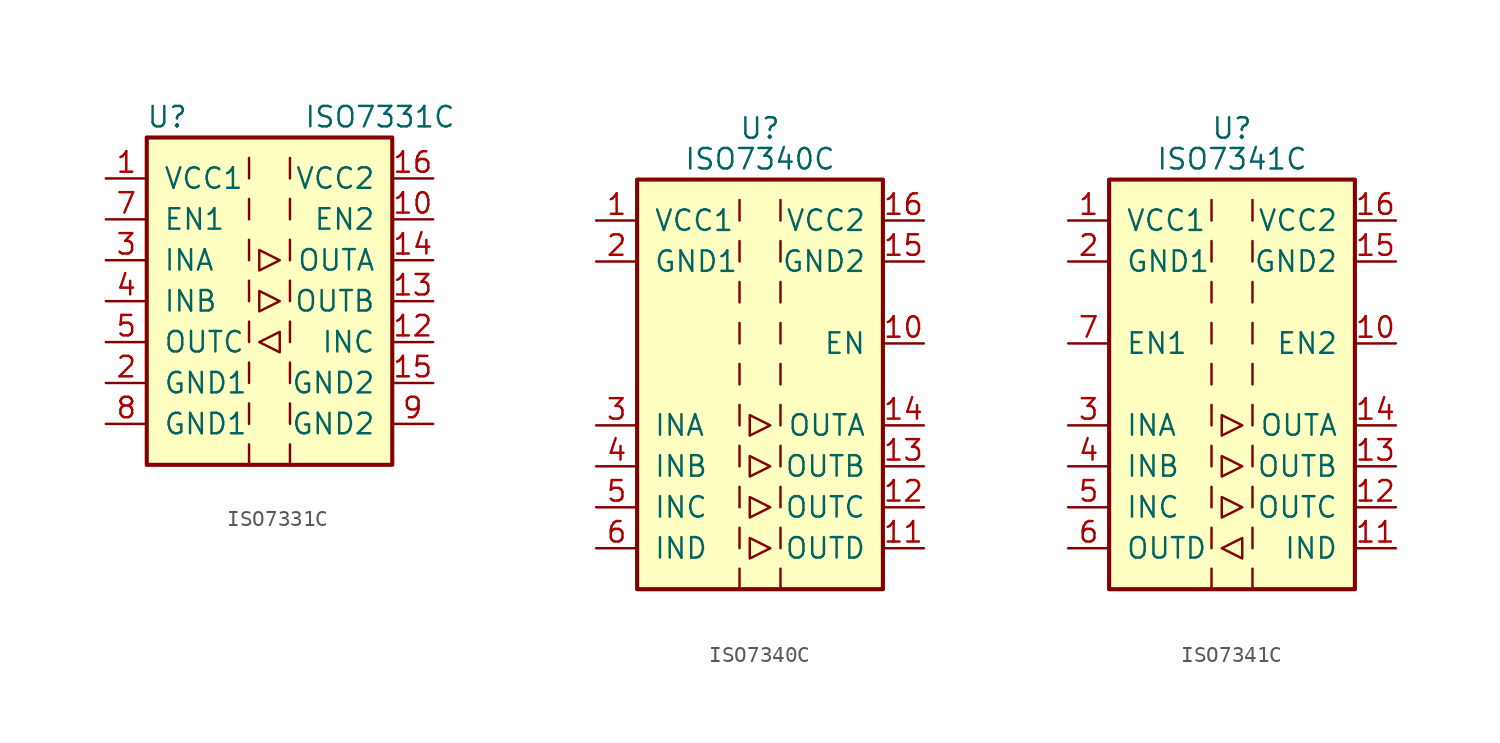
<source format=kicad_sym>
(kicad_symbol_lib
  (version 20201005)
  (generator kicad_symbol_editor)
  (symbol "Isolator_Digital:ISO7331C"
    (pin_names
      (offset 1.016))
    (property "Reference" "U"
      (at -6.35 11.43 0)
      (effects (font (size 1.27 1.27))))
    (property "Value" "ISO7331C"
      (at 6.858 11.43 0)
      (effects (font (size 1.27 1.27))))
    (symbol "ISO7331C_0_1"
      (rectangle (start -7.62 10.16) (end 7.62 -10.16) (stroke (width 0.254)) (fill (type background)))
      (polyline (pts (xy -1.27 -8.89) (xy -1.27 -10.16)) (stroke (width 0)) (fill (type none)))
      (polyline (pts (xy -1.27 -6.35) (xy -1.27 -7.62)) (stroke (width 0)) (fill (type none)))
      (polyline (pts (xy -1.27 -3.81) (xy -1.27 -5.08)) (stroke (width 0)) (fill (type none)))
      (polyline (pts (xy -1.27 -1.27) (xy -1.27 -2.54)) (stroke (width 0)) (fill (type none)))
      (polyline (pts (xy -1.27 1.27) (xy -1.27 0)) (stroke (width 0)) (fill (type none)))
      (polyline (pts (xy -1.27 3.81) (xy -1.27 2.54)) (stroke (width 0)) (fill (type none)))
      (polyline (pts (xy -1.27 6.35) (xy -1.27 5.08)) (stroke (width 0)) (fill (type none)))
      (polyline (pts (xy -1.27 8.89) (xy -1.27 7.62)) (stroke (width 0)) (fill (type none)))
      (polyline (pts (xy 1.27 -8.89) (xy 1.27 -10.16)) (stroke (width 0)) (fill (type none)))
      (polyline (pts (xy 1.27 -6.35) (xy 1.27 -7.62)) (stroke (width 0)) (fill (type none)))
      (polyline (pts (xy 1.27 -3.81) (xy 1.27 -5.08)) (stroke (width 0)) (fill (type none)))
      (polyline (pts (xy 1.27 -1.27) (xy 1.27 -2.54)) (stroke (width 0)) (fill (type none)))
      (polyline (pts (xy 1.27 1.27) (xy 1.27 0)) (stroke (width 0)) (fill (type none)))
      (polyline (pts (xy 1.27 3.81) (xy 1.27 2.54)) (stroke (width 0)) (fill (type none)))
      (polyline (pts (xy 1.27 6.35) (xy 1.27 5.08)) (stroke (width 0)) (fill (type none)))
      (polyline (pts (xy 1.27 8.89) (xy 1.27 7.62)) (stroke (width 0)) (fill (type none)))
      (polyline (pts (xy -0.635 -2.54) (xy 0.635 -1.905) (xy 0.635 -3.175) (xy -0.635 -2.54)) (stroke (width 0)) (fill (type none)))
      (polyline (pts (xy -0.635 0.635) (xy -0.635 -0.635) (xy 0.635 0) (xy -0.635 0.635)) (stroke (width 0)) (fill (type none)))
      (polyline (pts (xy -0.635 3.175) (xy -0.635 1.905) (xy 0.635 2.54) (xy -0.635 3.175)) (stroke (width 0)) (fill (type none))))
    (symbol "ISO7331C_1_1"
      (pin power_in line (at -10.16 7.62 0) (length 2.54) (name "VCC1" (effects (font (size 1.27 1.27)))) (number "1" (effects (font (size 1.27 1.27)))))
      (pin input line (at 10.16 5.08 180) (length 2.54) (name "EN2" (effects (font (size 1.27 1.27)))) (number "10" (effects (font (size 1.27 1.27)))))
      (pin no_connect line (at 0 10.16 270) (length 2.54) hide (name "NC" (effects (font (size 1.27 1.27)))) (number "11" (effects (font (size 1.27 1.27)))))
      (pin input line (at 10.16 -2.54 180) (length 2.54) (name "INC" (effects (font (size 1.27 1.27)))) (number "12" (effects (font (size 1.27 1.27)))))
      (pin output line (at 10.16 0 180) (length 2.54) (name "OUTB" (effects (font (size 1.27 1.27)))) (number "13" (effects (font (size 1.27 1.27)))))
      (pin output line (at 10.16 2.54 180) (length 2.54) (name "OUTA" (effects (font (size 1.27 1.27)))) (number "14" (effects (font (size 1.27 1.27)))))
      (pin power_in line (at 10.16 -5.08 180) (length 2.54) (name "GND2" (effects (font (size 1.27 1.27)))) (number "15" (effects (font (size 1.27 1.27)))))
      (pin power_in line (at 10.16 7.62 180) (length 2.54) (name "VCC2" (effects (font (size 1.27 1.27)))) (number "16" (effects (font (size 1.27 1.27)))))
      (pin power_in line (at -10.16 -5.08 0) (length 2.54) (name "GND1" (effects (font (size 1.27 1.27)))) (number "2" (effects (font (size 1.27 1.27)))))
      (pin input line (at -10.16 2.54 0) (length 2.54) (name "INA" (effects (font (size 1.27 1.27)))) (number "3" (effects (font (size 1.27 1.27)))))
      (pin input line (at -10.16 0 0) (length 2.54) (name "INB" (effects (font (size 1.27 1.27)))) (number "4" (effects (font (size 1.27 1.27)))))
      (pin output line (at -10.16 -2.54 0) (length 2.54) (name "OUTC" (effects (font (size 1.27 1.27)))) (number "5" (effects (font (size 1.27 1.27)))))
      (pin no_connect line (at 0 -10.16 90) (length 2.54) hide (name "NC" (effects (font (size 1.27 1.27)))) (number "6" (effects (font (size 1.27 1.27)))))
      (pin input line (at -10.16 5.08 0) (length 2.54) (name "EN1" (effects (font (size 1.27 1.27)))) (number "7" (effects (font (size 1.27 1.27)))))
      (pin power_in line (at -10.16 -7.62 0) (length 2.54) (name "GND1" (effects (font (size 1.27 1.27)))) (number "8" (effects (font (size 1.27 1.27)))))
      (pin power_in line (at 10.16 -7.62 180) (length 2.54) (name "GND2" (effects (font (size 1.27 1.27)))) (number "9" (effects (font (size 1.27 1.27)))))))
  (symbol "Isolator_Digital:ISO7340C"
    (pin_names
      (offset 1.016))
    (property "Reference" "U"
      (at 0 15.875 0)
      (effects (font (size 1.27 1.27))))
    (property "Value" "ISO7340C"
      (at 0 13.97 0)
      (effects (font (size 1.27 1.27))))
    (symbol "ISO7340C_0_1"
      (rectangle (start -7.62 12.7) (end 7.62 -12.7) (stroke (width 0.254)) (fill (type background)))
      (polyline (pts (xy -1.27 -11.43) (xy -1.27 -12.7)) (stroke (width 0)) (fill (type none)))
      (polyline (pts (xy -1.27 -8.89) (xy -1.27 -10.16)) (stroke (width 0)) (fill (type none)))
      (polyline (pts (xy -1.27 -6.35) (xy -1.27 -7.62)) (stroke (width 0)) (fill (type none)))
      (polyline (pts (xy -1.27 -3.81) (xy -1.27 -5.08)) (stroke (width 0)) (fill (type none)))
      (polyline (pts (xy -1.27 -1.27) (xy -1.27 -2.54)) (stroke (width 0)) (fill (type none)))
      (polyline (pts (xy -1.27 1.27) (xy -1.27 0)) (stroke (width 0)) (fill (type none)))
      (polyline (pts (xy -1.27 3.81) (xy -1.27 2.54)) (stroke (width 0)) (fill (type none)))
      (polyline (pts (xy -1.27 6.35) (xy -1.27 5.08)) (stroke (width 0)) (fill (type none)))
      (polyline (pts (xy -1.27 8.89) (xy -1.27 7.62)) (stroke (width 0)) (fill (type none)))
      (polyline (pts (xy -1.27 11.43) (xy -1.27 10.16)) (stroke (width 0)) (fill (type none)))
      (polyline (pts (xy 1.27 -11.43) (xy 1.27 -12.7)) (stroke (width 0)) (fill (type none)))
      (polyline (pts (xy 1.27 -8.89) (xy 1.27 -10.16)) (stroke (width 0)) (fill (type none)))
      (polyline (pts (xy 1.27 -6.35) (xy 1.27 -7.62)) (stroke (width 0)) (fill (type none)))
      (polyline (pts (xy 1.27 -3.81) (xy 1.27 -5.08)) (stroke (width 0)) (fill (type none)))
      (polyline (pts (xy 1.27 -1.27) (xy 1.27 -2.54)) (stroke (width 0)) (fill (type none)))
      (polyline (pts (xy 1.27 1.27) (xy 1.27 0)) (stroke (width 0)) (fill (type none)))
      (polyline (pts (xy 1.27 3.81) (xy 1.27 2.54)) (stroke (width 0)) (fill (type none)))
      (polyline (pts (xy 1.27 6.35) (xy 1.27 5.08)) (stroke (width 0)) (fill (type none)))
      (polyline (pts (xy 1.27 8.89) (xy 1.27 7.62)) (stroke (width 0)) (fill (type none)))
      (polyline (pts (xy 1.27 11.43) (xy 1.27 10.16)) (stroke (width 0)) (fill (type none)))
      (polyline (pts (xy -0.635 -9.525) (xy -0.635 -10.795) (xy 0.635 -10.16) (xy -0.635 -9.525)) (stroke (width 0)) (fill (type none)))
      (polyline (pts (xy -0.635 -6.985) (xy -0.635 -8.255) (xy 0.635 -7.62) (xy -0.635 -6.985)) (stroke (width 0)) (fill (type none)))
      (polyline (pts (xy -0.635 -4.445) (xy -0.635 -5.715) (xy 0.635 -5.08) (xy -0.635 -4.445)) (stroke (width 0)) (fill (type none)))
      (polyline (pts (xy -0.635 -1.905) (xy -0.635 -3.175) (xy 0.635 -2.54) (xy -0.635 -1.905)) (stroke (width 0)) (fill (type none))))
    (symbol "ISO7340C_1_1"
      (pin power_in line (at -10.16 10.16 0) (length 2.54) (name "VCC1" (effects (font (size 1.27 1.27)))) (number "1" (effects (font (size 1.27 1.27)))))
      (pin input line (at 10.16 2.54 180) (length 2.54) (name "EN" (effects (font (size 1.27 1.27)))) (number "10" (effects (font (size 1.27 1.27)))))
      (pin output line (at 10.16 -10.16 180) (length 2.54) (name "OUTD" (effects (font (size 1.27 1.27)))) (number "11" (effects (font (size 1.27 1.27)))))
      (pin output line (at 10.16 -7.62 180) (length 2.54) (name "OUTC" (effects (font (size 1.27 1.27)))) (number "12" (effects (font (size 1.27 1.27)))))
      (pin output line (at 10.16 -5.08 180) (length 2.54) (name "OUTB" (effects (font (size 1.27 1.27)))) (number "13" (effects (font (size 1.27 1.27)))))
      (pin output line (at 10.16 -2.54 180) (length 2.54) (name "OUTA" (effects (font (size 1.27 1.27)))) (number "14" (effects (font (size 1.27 1.27)))))
      (pin power_in line (at 10.16 7.62 180) (length 2.54) (name "GND2" (effects (font (size 1.27 1.27)))) (number "15" (effects (font (size 1.27 1.27)))))
      (pin power_in line (at 10.16 10.16 180) (length 2.54) (name "VCC2" (effects (font (size 1.27 1.27)))) (number "16" (effects (font (size 1.27 1.27)))))
      (pin power_in line (at -10.16 7.62 0) (length 2.54) (name "GND1" (effects (font (size 1.27 1.27)))) (number "2" (effects (font (size 1.27 1.27)))))
      (pin input line (at -10.16 -2.54 0) (length 2.54) (name "INA" (effects (font (size 1.27 1.27)))) (number "3" (effects (font (size 1.27 1.27)))))
      (pin input line (at -10.16 -5.08 0) (length 2.54) (name "INB" (effects (font (size 1.27 1.27)))) (number "4" (effects (font (size 1.27 1.27)))))
      (pin input line (at -10.16 -7.62 0) (length 2.54) (name "INC" (effects (font (size 1.27 1.27)))) (number "5" (effects (font (size 1.27 1.27)))))
      (pin input line (at -10.16 -10.16 0) (length 2.54) (name "IND" (effects (font (size 1.27 1.27)))) (number "6" (effects (font (size 1.27 1.27)))))
      (pin passive line (at -10.16 7.62 0) (length 2.54) hide (name "GND1" (effects (font (size 1.27 1.27)))) (number "8" (effects (font (size 1.27 1.27)))))
      (pin passive line (at 10.16 7.62 180) (length 2.54) hide (name "GND2" (effects (font (size 1.27 1.27)))) (number "9" (effects (font (size 1.27 1.27)))))))
  (symbol "Isolator_Digital:ISO7341C"
    (pin_names
      (offset 1.016))
    (property "Reference" "U"
      (at 0 15.875 0)
      (effects (font (size 1.27 1.27))))
    (property "Value" "ISO7341C"
      (at 0 13.97 0)
      (effects (font (size 1.27 1.27))))
    (symbol "ISO7341C_0_1"
      (rectangle (start -7.62 12.7) (end 7.62 -12.7) (stroke (width 0.254)) (fill (type background)))
      (polyline (pts (xy -1.27 -11.43) (xy -1.27 -12.7)) (stroke (width 0)) (fill (type none)))
      (polyline (pts (xy -1.27 -8.89) (xy -1.27 -10.16)) (stroke (width 0)) (fill (type none)))
      (polyline (pts (xy -1.27 -6.35) (xy -1.27 -7.62)) (stroke (width 0)) (fill (type none)))
      (polyline (pts (xy -1.27 -3.81) (xy -1.27 -5.08)) (stroke (width 0)) (fill (type none)))
      (polyline (pts (xy -1.27 -1.27) (xy -1.27 -2.54)) (stroke (width 0)) (fill (type none)))
      (polyline (pts (xy -1.27 1.27) (xy -1.27 0)) (stroke (width 0)) (fill (type none)))
      (polyline (pts (xy -1.27 3.81) (xy -1.27 2.54)) (stroke (width 0)) (fill (type none)))
      (polyline (pts (xy -1.27 6.35) (xy -1.27 5.08)) (stroke (width 0)) (fill (type none)))
      (polyline (pts (xy -1.27 8.89) (xy -1.27 7.62)) (stroke (width 0)) (fill (type none)))
      (polyline (pts (xy -1.27 11.43) (xy -1.27 10.16)) (stroke (width 0)) (fill (type none)))
      (polyline (pts (xy 1.27 -11.43) (xy 1.27 -12.7)) (stroke (width 0)) (fill (type none)))
      (polyline (pts (xy 1.27 -8.89) (xy 1.27 -10.16)) (stroke (width 0)) (fill (type none)))
      (polyline (pts (xy 1.27 -6.35) (xy 1.27 -7.62)) (stroke (width 0)) (fill (type none)))
      (polyline (pts (xy 1.27 -3.81) (xy 1.27 -5.08)) (stroke (width 0)) (fill (type none)))
      (polyline (pts (xy 1.27 -1.27) (xy 1.27 -2.54)) (stroke (width 0)) (fill (type none)))
      (polyline (pts (xy 1.27 1.27) (xy 1.27 0)) (stroke (width 0)) (fill (type none)))
      (polyline (pts (xy 1.27 3.81) (xy 1.27 2.54)) (stroke (width 0)) (fill (type none)))
      (polyline (pts (xy 1.27 6.35) (xy 1.27 5.08)) (stroke (width 0)) (fill (type none)))
      (polyline (pts (xy 1.27 8.89) (xy 1.27 7.62)) (stroke (width 0)) (fill (type none)))
      (polyline (pts (xy 1.27 11.43) (xy 1.27 10.16)) (stroke (width 0)) (fill (type none)))
      (polyline (pts (xy -0.635 -10.16) (xy 0.635 -9.525) (xy 0.635 -10.795) (xy -0.635 -10.16)) (stroke (width 0)) (fill (type none)))
      (polyline (pts (xy -0.635 -6.985) (xy -0.635 -8.255) (xy 0.635 -7.62) (xy -0.635 -6.985)) (stroke (width 0)) (fill (type none)))
      (polyline (pts (xy -0.635 -4.445) (xy -0.635 -5.715) (xy 0.635 -5.08) (xy -0.635 -4.445)) (stroke (width 0)) (fill (type none)))
      (polyline (pts (xy -0.635 -1.905) (xy -0.635 -3.175) (xy 0.635 -2.54) (xy -0.635 -1.905)) (stroke (width 0)) (fill (type none))))
    (symbol "ISO7341C_1_1"
      (pin power_in line (at -10.16 10.16 0) (length 2.54) (name "VCC1" (effects (font (size 1.27 1.27)))) (number "1" (effects (font (size 1.27 1.27)))))
      (pin input line (at 10.16 2.54 180) (length 2.54) (name "EN2" (effects (font (size 1.27 1.27)))) (number "10" (effects (font (size 1.27 1.27)))))
      (pin input line (at 10.16 -10.16 180) (length 2.54) (name "IND" (effects (font (size 1.27 1.27)))) (number "11" (effects (font (size 1.27 1.27)))))
      (pin output line (at 10.16 -7.62 180) (length 2.54) (name "OUTC" (effects (font (size 1.27 1.27)))) (number "12" (effects (font (size 1.27 1.27)))))
      (pin output line (at 10.16 -5.08 180) (length 2.54) (name "OUTB" (effects (font (size 1.27 1.27)))) (number "13" (effects (font (size 1.27 1.27)))))
      (pin output line (at 10.16 -2.54 180) (length 2.54) (name "OUTA" (effects (font (size 1.27 1.27)))) (number "14" (effects (font (size 1.27 1.27)))))
      (pin power_in line (at 10.16 7.62 180) (length 2.54) (name "GND2" (effects (font (size 1.27 1.27)))) (number "15" (effects (font (size 1.27 1.27)))))
      (pin power_in line (at 10.16 10.16 180) (length 2.54) (name "VCC2" (effects (font (size 1.27 1.27)))) (number "16" (effects (font (size 1.27 1.27)))))
      (pin power_in line (at -10.16 7.62 0) (length 2.54) (name "GND1" (effects (font (size 1.27 1.27)))) (number "2" (effects (font (size 1.27 1.27)))))
      (pin input line (at -10.16 -2.54 0) (length 2.54) (name "INA" (effects (font (size 1.27 1.27)))) (number "3" (effects (font (size 1.27 1.27)))))
      (pin input line (at -10.16 -5.08 0) (length 2.54) (name "INB" (effects (font (size 1.27 1.27)))) (number "4" (effects (font (size 1.27 1.27)))))
      (pin input line (at -10.16 -7.62 0) (length 2.54) (name "INC" (effects (font (size 1.27 1.27)))) (number "5" (effects (font (size 1.27 1.27)))))
      (pin output line (at -10.16 -10.16 0) (length 2.54) (name "OUTD" (effects (font (size 1.27 1.27)))) (number "6" (effects (font (size 1.27 1.27)))))
      (pin input line (at -10.16 2.54 0) (length 2.54) (name "EN1" (effects (font (size 1.27 1.27)))) (number "7" (effects (font (size 1.27 1.27)))))
      (pin passive line (at -10.16 7.62 0) (length 2.54) hide (name "GND1" (effects (font (size 1.27 1.27)))) (number "8" (effects (font (size 1.27 1.27)))))
      (pin passive line (at 10.16 7.62 180) (length 2.54) hide (name "GND2" (effects (font (size 1.27 1.27)))) (number "9" (effects (font (size 1.27 1.27))))))))
</source>
